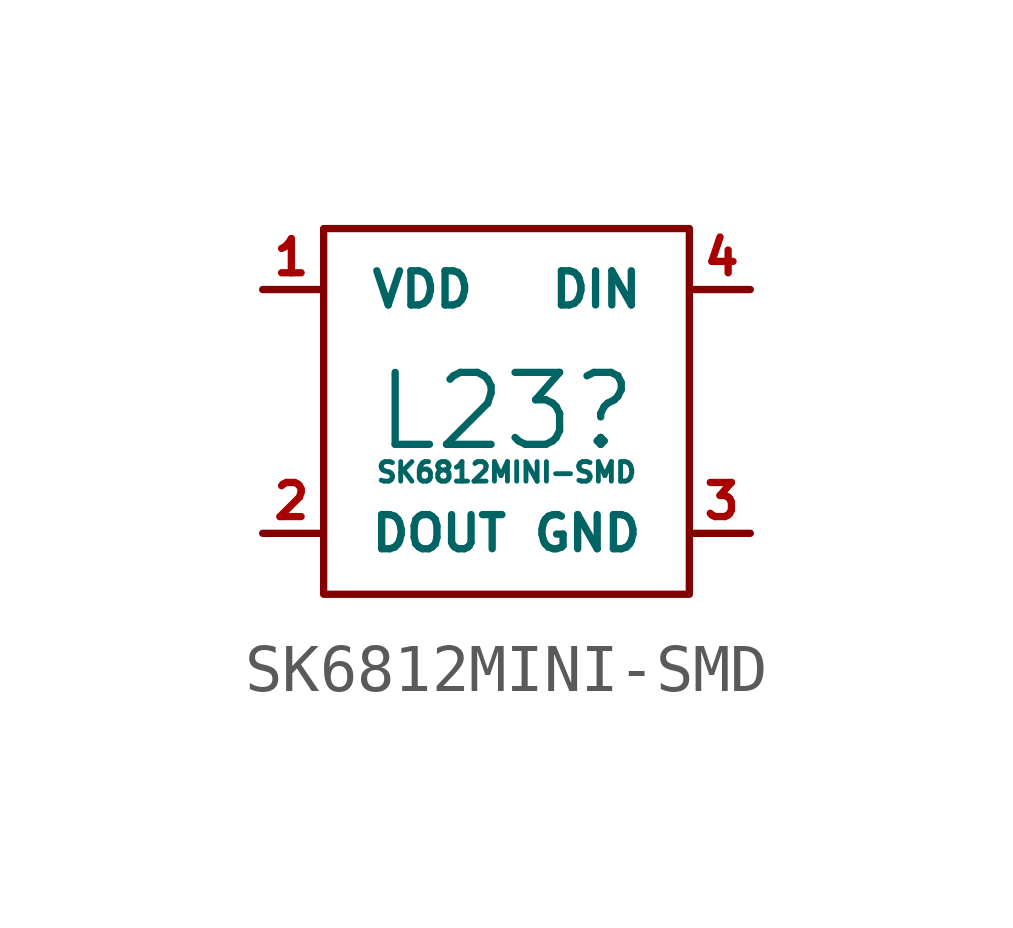
<source format=kicad_sym>
(kicad_symbol_lib
  (version 20211014)
  (generator kicad_symbol_editor)
  (symbol "SK6812MINI-SMD"
    (pin_names
      (offset 1.016))
    (property "Reference" "L23"
      (at 0 0 0)
      (effects (font (size 1.499 1.499))))
    (property "Value" "SK6812MINI-SMD"
      (at 0 -1.27 0)
      (effects (font (size 0.406 0.406))))
    (symbol "SK6812MINI-SMD_0_1"
      (rectangle (start -3.81 3.81) (end 3.81 -3.81) (stroke (width 0) (type default) (color 0 0 0 0)) (fill (type none))))
    (symbol "SK6812MINI-SMD_1_1"
      (pin power_in line (at -5.08 2.54 0) (length 1.194) (name "VDD" (effects (font (size 0.711 0.711)))) (number "1" (effects (font (size 0.711 0.711)))))
      (pin output line (at -5.08 -2.54 0) (length 1.194) (name "DOUT" (effects (font (size 0.711 0.711)))) (number "2" (effects (font (size 0.711 0.711)))))
      (pin power_in line (at 5.08 -2.54 180) (length 1.194) (name "GND" (effects (font (size 0.711 0.711)))) (number "3" (effects (font (size 0.711 0.711)))))
      (pin input line (at 5.08 2.54 180) (length 1.194) (name "DIN" (effects (font (size 0.711 0.711)))) (number "4" (effects (font (size 0.711 0.711))))))))
</source>
